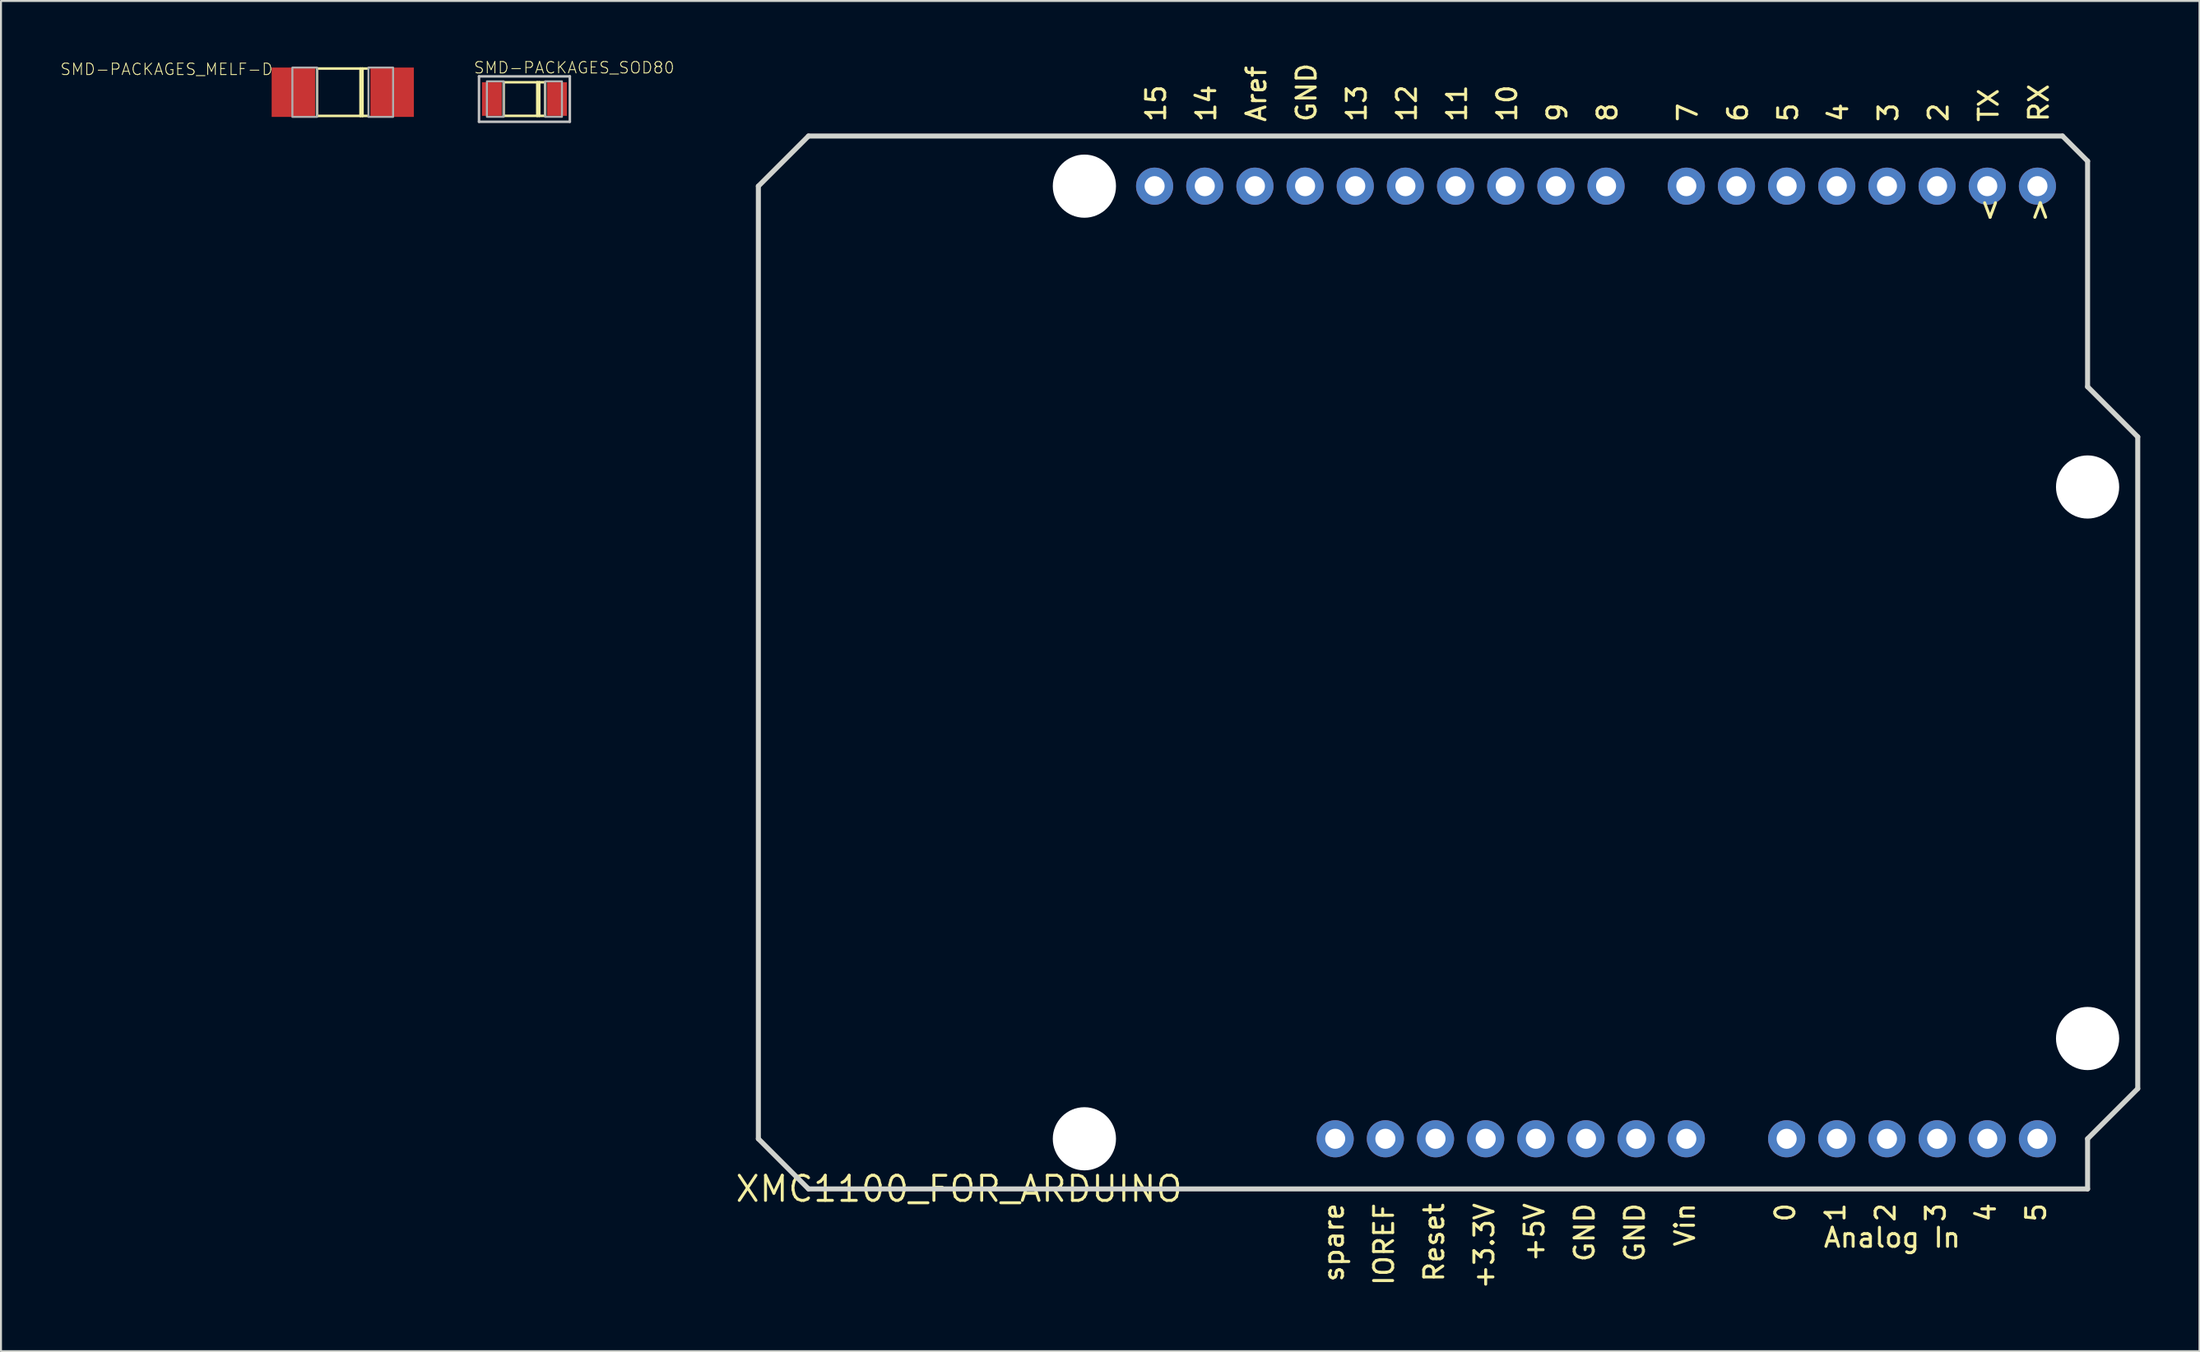
<source format=kicad_pcb>
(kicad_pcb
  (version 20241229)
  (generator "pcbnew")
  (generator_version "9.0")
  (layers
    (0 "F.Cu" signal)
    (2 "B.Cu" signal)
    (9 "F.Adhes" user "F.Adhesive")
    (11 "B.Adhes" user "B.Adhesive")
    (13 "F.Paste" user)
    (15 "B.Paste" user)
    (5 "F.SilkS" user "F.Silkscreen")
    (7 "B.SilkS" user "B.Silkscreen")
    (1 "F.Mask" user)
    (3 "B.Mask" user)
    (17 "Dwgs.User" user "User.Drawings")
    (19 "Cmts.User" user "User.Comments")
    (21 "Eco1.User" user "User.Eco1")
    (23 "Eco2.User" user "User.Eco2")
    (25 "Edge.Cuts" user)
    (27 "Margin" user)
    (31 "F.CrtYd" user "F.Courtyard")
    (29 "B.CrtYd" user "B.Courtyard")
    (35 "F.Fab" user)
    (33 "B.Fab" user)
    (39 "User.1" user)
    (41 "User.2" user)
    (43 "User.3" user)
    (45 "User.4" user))
  (footprint "SMD-PACKAGES_SOD80"
    (layer "F.Cu")
    (at 23.506 1.968)
    (property "Reference" "SMD-PACKAGES_SOD80" (at -2.6 -1.25 0) (layer "F.SilkS") (effects (font (size 0.579 0.579) (thickness 0.046)) (justify left bottom)))
    (attr through_hole)
    (fp_line (start -1.05 -0.85) (end -1.05 0.85) (stroke (width 0.127) (type solid)) (layer "F.SilkS"))
    (fp_line (start -1.05 -0.85) (end 0.65 -0.85) (stroke (width 0.127) (type solid)) (layer "F.SilkS"))
    (fp_line (start -1.05 0.85) (end 0.65 0.85) (stroke (width 0.127) (type solid)) (layer "F.SilkS"))
    (fp_line (start 0.65 -0.85) (end 0.65 0.85) (stroke (width 0.127) (type solid)) (layer "F.SilkS"))
    (fp_line (start 0.65 -0.85) (end 0.75 -0.85) (stroke (width 0.127) (type solid)) (layer "F.SilkS"))
    (fp_line (start 0.65 0.85) (end 0.75 0.85) (stroke (width 0.127) (type solid)) (layer "F.SilkS"))
    (fp_line (start 0.75 -0.85) (end 0.75 0.85) (stroke (width 0.127) (type solid)) (layer "F.SilkS"))
    (fp_line (start 0.75 -0.85) (end 1.05 -0.85) (stroke (width 0.127) (type solid)) (layer "F.SilkS"))
    (fp_line (start 0.75 0.85) (end 1.05 0.85) (stroke (width 0.127) (type solid)) (layer "F.SilkS"))
    (fp_line (start 1.05 -0.85) (end 1.05 0.85) (stroke (width 0.127) (type solid)) (layer "F.SilkS"))
    (fp_line (start -2.3 -1.15) (end 2.3 -1.15) (stroke (width 0.127) (type solid)) (layer "Dwgs.User"))
    (fp_line (start -2.3 1.15) (end -2.3 -1.15) (stroke (width 0.127) (type solid)) (layer "Dwgs.User"))
    (fp_line (start 2.3 -1.15) (end 2.3 1.15) (stroke (width 0.127) (type solid)) (layer "Dwgs.User"))
    (fp_line (start 2.3 1.15) (end -2.3 1.15) (stroke (width 0.127) (type solid)) (layer "Dwgs.User"))
    (fp_poly (pts (xy -1.9 0.9) (xy -1.05 0.9) (xy -1.05 -0.9) (xy -1.9 -0.9)) (stroke (width 0.1) (type solid)) (fill no) (layer "F.Fab"))
    (fp_poly (pts (xy 1.05 0.9) (xy 1.9 0.9) (xy 1.9 -0.9) (xy 1.05 -0.9)) (stroke (width 0.1) (type solid)) (fill no) (layer "F.Fab"))
    (pad "A" smd rect (at -1.65 0) (size 1 1.7) (layers "F.Cu" "F.Mask" "F.Paste"))
    (pad "K" smd rect (at 1.65 0) (size 1 1.7) (layers "F.Cu" "F.Mask" "F.Paste")))
  (footprint "SMD-PACKAGES_MELF-D"
    (layer "F.Cu")
    (at 14.306 1.622)
    (property "Reference" "SMD-PACKAGES_MELF-D" (at -3.5 -1.5 180) (layer "F.SilkS") (effects (font (size 0.579 0.579) (thickness 0.046)) (justify right top)))
    (attr through_hole)
    (fp_line (start -1.3 -1.2) (end -1.3 1.2) (stroke (width 0.127) (type solid)) (layer "F.SilkS"))
    (fp_line (start -1.3 -1.2) (end 0.9 -1.2) (stroke (width 0.127) (type solid)) (layer "F.SilkS"))
    (fp_line (start 0.9 -1.2) (end 0.9 1.2) (stroke (width 0.127) (type solid)) (layer "F.SilkS"))
    (fp_line (start 0.9 -1.2) (end 1 -1.2) (stroke (width 0.127) (type solid)) (layer "F.SilkS"))
    (fp_line (start 0.9 1.2) (end -1.3 1.2) (stroke (width 0.127) (type solid)) (layer "F.SilkS"))
    (fp_line (start 1 -1.2) (end 1 1.2) (stroke (width 0.127) (type solid)) (layer "F.SilkS"))
    (fp_line (start 1 -1.2) (end 1.3 -1.2) (stroke (width 0.127) (type solid)) (layer "F.SilkS"))
    (fp_line (start 1 1.2) (end 0.9 1.2) (stroke (width 0.127) (type solid)) (layer "F.SilkS"))
    (fp_line (start 1.3 1.2) (end 1 1.2) (stroke (width 0.127) (type solid)) (layer "F.SilkS"))
    (fp_poly (pts (xy -2.55 1.25) (xy -1.3 1.25) (xy -1.3 -1.25) (xy -2.55 -1.25)) (stroke (width 0.1) (type solid)) (fill no) (layer "F.Fab"))
    (fp_poly (pts (xy 1.3 1.25) (xy 2.55 1.25) (xy 2.55 -1.25) (xy 1.3 -1.25)) (stroke (width 0.1) (type solid)) (fill no) (layer "F.Fab"))
    (pad "A" smd rect (at -2.5 0) (size 2.2 2.5) (layers "F.Cu" "F.Mask" "F.Paste"))
    (pad "K" smd rect (at 2.5 0) (size 2.2 2.5) (layers "F.Cu" "F.Mask" "F.Paste")))
  (footprint "XMC1100_FOR_ARDUINO"
    (layer "F.Cu")
    (at 45.512 57.181)
    (property "Reference" "XMC1100_FOR_ARDUINO" (at 0 0 0) (layer "F.SilkS") (effects (font (size 1.27 1.27) (thickness 0.15))))
    (attr through_hole)
    (fp_line (start -10.16 -50.8) (end -10.16 -2.54) (stroke (width 0.254) (type solid)) (layer "Edge.Cuts"))
    (fp_line (start -10.16 -2.54) (end -7.62 0) (stroke (width 0.254) (type solid)) (layer "Edge.Cuts"))
    (fp_line (start -7.62 -53.34) (end -10.16 -50.8) (stroke (width 0.254) (type solid)) (layer "Edge.Cuts"))
    (fp_line (start -7.62 0) (end 57.15 0) (stroke (width 0.254) (type solid)) (layer "Edge.Cuts"))
    (fp_line (start 55.88 -53.34) (end -7.62 -53.34) (stroke (width 0.254) (type solid)) (layer "Edge.Cuts"))
    (fp_line (start 57.15 -52.07) (end 55.88 -53.34) (stroke (width 0.254) (type solid)) (layer "Edge.Cuts"))
    (fp_line (start 57.15 -40.64) (end 57.15 -52.07) (stroke (width 0.254) (type solid)) (layer "Edge.Cuts"))
    (fp_line (start 57.15 -2.54) (end 59.69 -5.08) (stroke (width 0.254) (type solid)) (layer "Edge.Cuts"))
    (fp_line (start 57.15 0) (end 57.15 -2.54) (stroke (width 0.254) (type solid)) (layer "Edge.Cuts"))
    (fp_line (start 59.69 -38.1) (end 57.15 -40.64) (stroke (width 0.254) (type solid)) (layer "Edge.Cuts"))
    (fp_line (start 59.69 -5.08) (end 59.69 -38.1) (stroke (width 0.254) (type solid)) (layer "Edge.Cuts"))
    (fp_text user "13" (at 20.701 -53.975 90) (layer "F.SilkS") (effects (font (size 0.965 0.965) (thickness 0.152)) (justify left bottom)))
    (fp_text user "IOREF" (at 20.955 0.635 90) (layer "F.SilkS") (effects (font (size 0.965 0.965) (thickness 0.152)) (justify right top)))
    (fp_text user "5" (at 53.975 0.635 90) (layer "F.SilkS") (effects (font (size 0.965 0.965) (thickness 0.152)) (justify right top)))
    (fp_text user "Vin" (at 36.195 0.635 90) (layer "F.SilkS") (effects (font (size 0.965 0.965) (thickness 0.152)) (justify right top)))
    (fp_text user "Aref" (at 15.621 -53.975 90) (layer "F.SilkS") (effects (font (size 0.965 0.965) (thickness 0.152)) (justify left bottom)))
    (fp_text user "GND" (at 33.655 0.635 90) (layer "F.SilkS") (effects (font (size 0.965 0.965) (thickness 0.152)) (justify right top)))
    (fp_text user "14" (at 13.081 -53.975 90) (layer "F.SilkS") (effects (font (size 0.965 0.965) (thickness 0.152)) (justify left bottom)))
    (fp_text user "5" (at 42.545 -53.975 90) (layer "F.SilkS") (effects (font (size 0.965 0.965) (thickness 0.152)) (justify left bottom)))
    (fp_text user "spare" (at 18.415 0.635 90) (layer "F.SilkS") (effects (font (size 0.965 0.965) (thickness 0.152)) (justify right top)))
    (fp_text user "3" (at 48.895 0.635 90) (layer "F.SilkS") (effects (font (size 0.965 0.965) (thickness 0.152)) (justify right top)))
    (fp_text user "GND" (at 31.115 0.635 90) (layer "F.SilkS") (effects (font (size 0.965 0.965) (thickness 0.152)) (justify right top)))
    (fp_text user "11" (at 25.781 -53.975 90) (layer "F.SilkS") (effects (font (size 0.965 0.965) (thickness 0.152)) (justify left bottom)))
    (fp_text user "10" (at 28.321 -53.975 90) (layer "F.SilkS") (effects (font (size 0.965 0.965) (thickness 0.152)) (justify left bottom)))
    (fp_text user "6" (at 40.005 -53.975 90) (layer "F.SilkS") (effects (font (size 0.965 0.965) (thickness 0.152)) (justify left bottom)))
    (fp_text user "2" (at 50.165 -53.975 90) (layer "F.SilkS") (effects (font (size 0.965 0.965) (thickness 0.152)) (justify left bottom)))
    (fp_text user "1" (at 43.815 0.635 90) (layer "F.SilkS") (effects (font (size 0.965 0.965) (thickness 0.152)) (justify right top)))
    (fp_text user "+5V" (at 28.575 0.635 90) (layer "F.SilkS") (effects (font (size 0.965 0.965) (thickness 0.152)) (justify right top)))
    (fp_text user "Reset" (at 23.495 0.635 90) (layer "F.SilkS") (effects (font (size 0.965 0.965) (thickness 0.152)) (justify right top)))
    (fp_text user "9" (at 30.861 -53.975 90) (layer "F.SilkS") (effects (font (size 0.965 0.965) (thickness 0.152)) (justify left bottom)))
    (fp_text user "15" (at 10.541 -53.975 90) (layer "F.SilkS") (effects (font (size 0.965 0.965) (thickness 0.152)) (justify left bottom)))
    (fp_text user "GND" (at 18.161 -53.975 90) (layer "F.SilkS") (effects (font (size 0.965 0.965) (thickness 0.152)) (justify left bottom)))
    (fp_text user "0" (at 41.275 0.635 90) (layer "F.SilkS") (effects (font (size 0.965 0.965) (thickness 0.152)) (justify right top)))
    (fp_text user "4" (at 51.435 0.635 90) (layer "F.SilkS") (effects (font (size 0.965 0.965) (thickness 0.152)) (justify right top)))
    (fp_text user "4" (at 45.085 -53.975 90) (layer "F.SilkS") (effects (font (size 0.965 0.965) (thickness 0.152)) (justify left bottom)))
    (fp_text user "3" (at 47.625 -53.975 90) (layer "F.SilkS") (effects (font (size 0.965 0.965) (thickness 0.152)) (justify left bottom)))
    (fp_text user "RX" (at 55.245 -53.975 90) (layer "F.SilkS") (effects (font (size 0.965 0.965) (thickness 0.152)) (justify left bottom)))
    (fp_text user ">" (at 55.245 -48.895 90) (layer "F.SilkS") (effects (font (size 0.965 0.965) (thickness 0.152)) (justify left bottom)))
    (fp_text user "8" (at 33.401 -53.975 90) (layer "F.SilkS") (effects (font (size 0.965 0.965) (thickness 0.152)) (justify left bottom)))
    (fp_text user "<" (at 52.705 -48.895 90) (layer "F.SilkS") (effects (font (size 0.965 0.965) (thickness 0.152)) (justify left bottom)))
    (fp_text user "Analog In" (at 50.8 1.905 0) (layer "F.SilkS") (effects (font (size 0.965 0.965) (thickness 0.152)) (justify right top)))
    (fp_text user "7" (at 37.465 -53.975 90) (layer "F.SilkS") (effects (font (size 0.965 0.965) (thickness 0.152)) (justify left bottom)))
    (fp_text user "TX" (at 52.705 -53.975 90) (layer "F.SilkS") (effects (font (size 0.965 0.965) (thickness 0.152)) (justify left bottom)))
    (fp_text user "+3.3V" (at 26.035 0.635 90) (layer "F.SilkS") (effects (font (size 0.965 0.965) (thickness 0.152)) (justify right top)))
    (fp_text user "2" (at 46.355 0.635 90) (layer "F.SilkS") (effects (font (size 0.965 0.965) (thickness 0.152)) (justify right top)))
    (fp_text user "12" (at 23.241 -53.975 90) (layer "F.SilkS") (effects (font (size 0.965 0.965) (thickness 0.152)) (justify left bottom)))
    (pad "" np_thru_hole circle (at 6.35 -50.8) (size 3.2 3.2) (drill 3.2) (layers "*.Cu" "*.Mask"))
    (pad "" np_thru_hole circle (at 6.35 -2.54) (size 3.2 3.2) (drill 3.2) (layers "*.Cu" "*.Mask"))
    (pad "" np_thru_hole circle (at 57.15 -35.56) (size 3.2 3.2) (drill 3.2) (layers "*.Cu" "*.Mask"))
    (pad "" np_thru_hole circle (at 57.15 -7.62) (size 3.2 3.2) (drill 3.2) (layers "*.Cu" "*.Mask"))
    (pad "3.3V" thru_hole circle (at 26.67 -2.54) (size 1.88 1.88) (drill 1.016) (layers "*.Cu" "*.Mask"))
    (pad "5V" thru_hole circle (at 29.21 -2.54) (size 1.88 1.88) (drill 1.016) (layers "*.Cu" "*.Mask"))
    (pad "14" thru_hole circle (at 12.446 -50.8) (size 1.88 1.88) (drill 1.016) (layers "*.Cu" "*.Mask"))
    (pad "15" thru_hole circle (at 9.906 -50.8) (size 1.88 1.88) (drill 1.016) (layers "*.Cu" "*.Mask"))
    (pad "A0" thru_hole circle (at 41.91 -2.54) (size 1.88 1.88) (drill 1.016) (layers "*.Cu" "*.Mask"))
    (pad "A1" thru_hole circle (at 44.45 -2.54) (size 1.88 1.88) (drill 1.016) (layers "*.Cu" "*.Mask"))
    (pad "A2" thru_hole circle (at 46.99 -2.54) (size 1.88 1.88) (drill 1.016) (layers "*.Cu" "*.Mask"))
    (pad "A3" thru_hole circle (at 49.53 -2.54) (size 1.88 1.88) (drill 1.016) (layers "*.Cu" "*.Mask"))
    (pad "A4" thru_hole circle (at 52.07 -2.54) (size 1.88 1.88) (drill 1.016) (layers "*.Cu" "*.Mask"))
    (pad "A5" thru_hole circle (at 54.61 -2.54) (size 1.88 1.88) (drill 1.016) (layers "*.Cu" "*.Mask"))
    (pad "AREF" thru_hole circle (at 14.986 -50.8) (size 1.88 1.88) (drill 1.016) (layers "*.Cu" "*.Mask"))
    (pad "D2" thru_hole circle (at 49.53 -50.8) (size 1.88 1.88) (drill 1.016) (layers "*.Cu" "*.Mask"))
    (pad "D3" thru_hole circle (at 46.99 -50.8) (size 1.88 1.88) (drill 1.016) (layers "*.Cu" "*.Mask"))
    (pad "D4" thru_hole circle (at 44.45 -50.8) (size 1.88 1.88) (drill 1.016) (layers "*.Cu" "*.Mask"))
    (pad "D5" thru_hole circle (at 41.91 -50.8) (size 1.88 1.88) (drill 1.016) (layers "*.Cu" "*.Mask"))
    (pad "D6" thru_hole circle (at 39.37 -50.8) (size 1.88 1.88) (drill 1.016) (layers "*.Cu" "*.Mask"))
    (pad "D7" thru_hole circle (at 36.83 -50.8) (size 1.88 1.88) (drill 1.016) (layers "*.Cu" "*.Mask"))
    (pad "D8" thru_hole circle (at 32.766 -50.8) (size 1.88 1.88) (drill 1.016) (layers "*.Cu" "*.Mask"))
    (pad "D9" thru_hole circle (at 30.226 -50.8) (size 1.88 1.88) (drill 1.016) (layers "*.Cu" "*.Mask"))
    (pad "D10" thru_hole circle (at 27.686 -50.8) (size 1.88 1.88) (drill 1.016) (layers "*.Cu" "*.Mask"))
    (pad "D11" thru_hole circle (at 25.146 -50.8) (size 1.88 1.88) (drill 1.016) (layers "*.Cu" "*.Mask"))
    (pad "D12" thru_hole circle (at 22.606 -50.8) (size 1.88 1.88) (drill 1.016) (layers "*.Cu" "*.Mask"))
    (pad "D13" thru_hole circle (at 20.066 -50.8) (size 1.88 1.88) (drill 1.016) (layers "*.Cu" "*.Mask"))
    (pad "GND@0" thru_hole circle (at 31.75 -2.54) (size 1.88 1.88) (drill 1.016) (layers "*.Cu" "*.Mask"))
    (pad "GND@1" thru_hole circle (at 34.29 -2.54) (size 1.88 1.88) (drill 1.016) (layers "*.Cu" "*.Mask"))
    (pad "GND@2" thru_hole circle (at 17.526 -50.8) (size 1.88 1.88) (drill 1.016) (layers "*.Cu" "*.Mask"))
    (pad "IOREF" thru_hole circle (at 21.59 -2.54) (size 1.88 1.88) (drill 1.016) (layers "*.Cu" "*.Mask"))
    (pad "RES" thru_hole circle (at 24.13 -2.54) (size 1.88 1.88) (drill 1.016) (layers "*.Cu" "*.Mask"))
    (pad "RX" thru_hole circle (at 54.61 -50.8) (size 1.88 1.88) (drill 1.016) (layers "*.Cu" "*.Mask"))
    (pad "SPARE" thru_hole circle (at 19.05 -2.54) (size 1.88 1.88) (drill 1.016) (layers "*.Cu" "*.Mask"))
    (pad "TX" thru_hole circle (at 52.07 -50.8) (size 1.88 1.88) (drill 1.016) (layers "*.Cu" "*.Mask"))
    (pad "VIN" thru_hole circle (at 36.83 -2.54) (size 1.88 1.88) (drill 1.016) (layers "*.Cu" "*.Mask")))
  (gr_rect
    (start -3 -3)
    (end 108.329 65.4)
    (stroke (width 0.1) (type default))
    (fill no)
    (layer "Edge.Cuts")))
</source>
